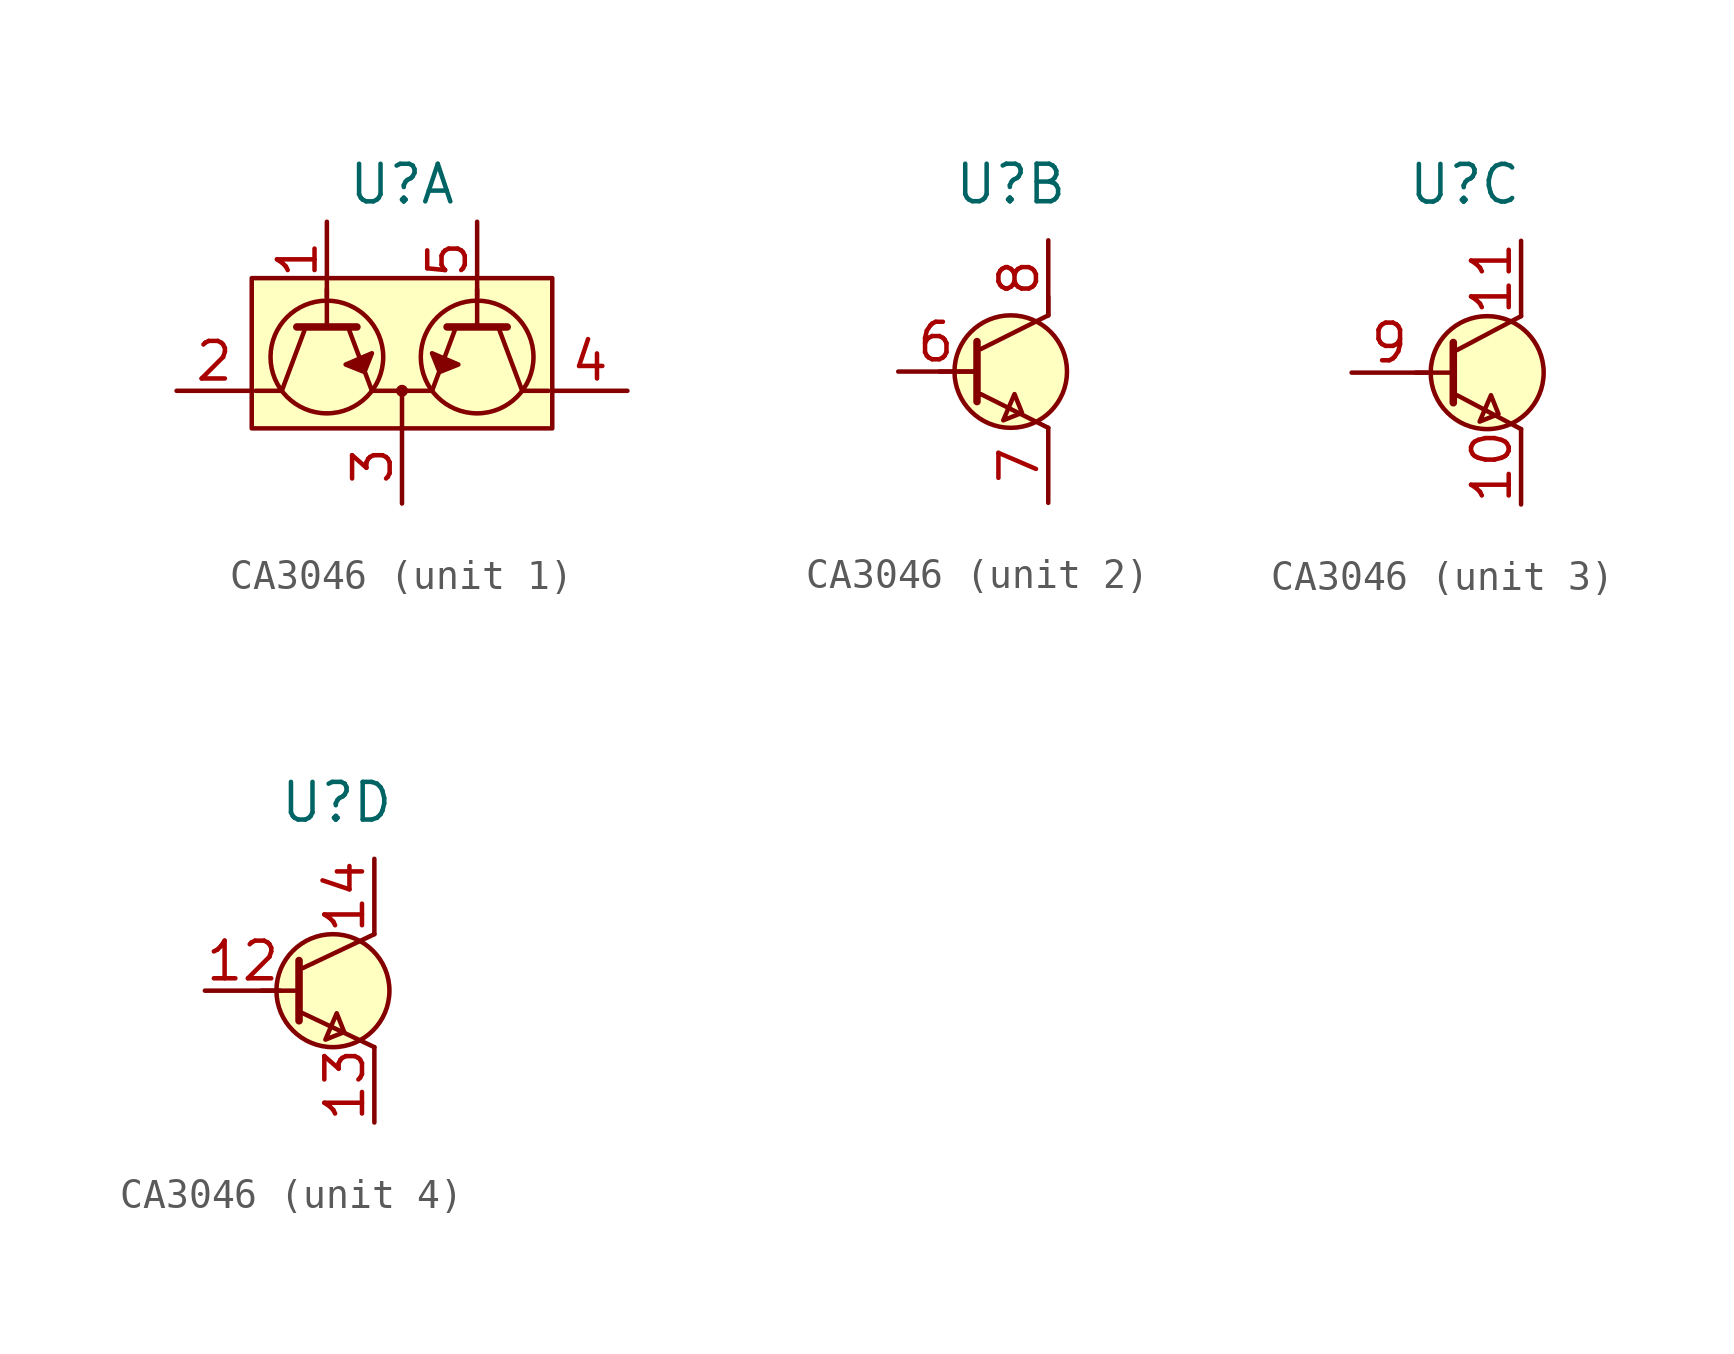
<source format=kicad_sym>
(kicad_symbol_lib
  (version 20220914)
  (generator kicad_symbol_editor)
  (symbol "CA3046"
    (pin_names
      (offset 0) hide)
    (property "Reference" "U"
      (at 0 0 0)
      (effects (font (size 1.27 1.27))))
    (property "Value" ""
      (at 0 0 0)
      (effects (font (size 1.27 1.27))))
    (property "ki_locked" ""
      (at 0 0 0)
      (effects (font (size 1.27 1.27))))
    (symbol "CA3046_1_1"
      (rectangle (start -5.08 -3.175) (end 5.08 -8.255) (stroke (width 0) (type default)) (fill (type background)))
      (circle (center -2.54 -5.842) (radius 1.905) (stroke (width 0) (type default)) (fill (type background)))
      (circle (center 0 -6.985) (radius 0.127) (stroke (width 0) (type default)) (fill (type none)))
      (polyline (pts (xy -3.556 -4.826) (xy -1.524 -4.826)) (stroke (width 0.254) (type default)) (fill (type none)))
      (polyline (pts (xy -3.302 -4.953) (xy -4.064 -6.985)) (stroke (width 0) (type default)) (fill (type none)))
      (polyline (pts (xy -2.54 -3.556) (xy -2.54 -4.826)) (stroke (width 0) (type default)) (fill (type none)))
      (polyline (pts (xy -1.778 -4.953) (xy -1.016 -6.985)) (stroke (width 0) (type default)) (fill (type none)))
      (polyline (pts (xy -1.016 -6.985) (xy 1.016 -6.985)) (stroke (width 0) (type default)) (fill (type none)))
      (polyline (pts (xy 1.778 -4.953) (xy 1.016 -6.985)) (stroke (width 0) (type default)) (fill (type none)))
      (polyline (pts (xy 2.54 -3.556) (xy 2.54 -4.826)) (stroke (width 0) (type default)) (fill (type none)))
      (polyline (pts (xy 3.302 -4.953) (xy 4.064 -6.985)) (stroke (width 0) (type default)) (fill (type none)))
      (polyline (pts (xy 3.556 -4.826) (xy 1.524 -4.826)) (stroke (width 0.254) (type default)) (fill (type none)))
      (polyline (pts (xy -4.953 -6.985) (xy -4.191 -6.985) (xy -4.064 -6.985)) (stroke (width 0) (type default)) (fill (type none)))
      (polyline (pts (xy 0 -6.985) (xy 0 -7.747) (xy 0 -8.255)) (stroke (width 0) (type default)) (fill (type none)))
      (polyline (pts (xy 4.064 -6.985) (xy 4.826 -6.985) (xy 4.953 -6.985)) (stroke (width 0) (type default)) (fill (type none)))
      (polyline (pts (xy -1.016 -5.715) (xy -1.27 -6.35) (xy -1.905 -6.096) (xy -1.016 -5.715)) (stroke (width 0) (type default)) (fill (type color) (color 132 0 0 1)))
      (polyline (pts (xy 1.016 -5.715) (xy 1.27 -6.35) (xy 1.905 -6.096) (xy 1.016 -5.715)) (stroke (width 0) (type default)) (fill (type color) (color 132 0 0 1)))
      (circle (center 2.54 -5.842) (radius 1.905) (stroke (width 0) (type default)) (fill (type none)))
      (pin input line (at -2.54 -1.27 270) (length 2.54) (name "Q1C" (effects (font (size 1.27 1.27)))) (number "1" (effects (font (size 1.27 1.27)))))
      (pin input line (at -7.62 -6.985 0) (length 2.54) (name "Q1B" (effects (font (size 1.27 1.27)))) (number "2" (effects (font (size 1.27 1.27)))))
      (pin output line (at 0 -10.795 90) (length 2.54) (name "Q1/Q2E" (effects (font (size 1.27 1.27)))) (number "3" (effects (font (size 1.27 1.27)))))
      (pin input line (at 7.62 -6.985 180) (length 2.54) (name "Q2B" (effects (font (size 1.27 1.27)))) (number "4" (effects (font (size 1.27 1.27)))))
      (pin input line (at 2.54 -1.27 270) (length 2.54) (name "Q2C" (effects (font (size 1.27 1.27)))) (number "5" (effects (font (size 1.27 1.27))))))
    (symbol "CA3046_2_1"
      (circle (center 0 -6.35) (radius 1.905) (stroke (width 0) (type default)) (fill (type background)))
      (polyline (pts (xy -2.413 -6.35) (xy -1.143 -6.35)) (stroke (width 0) (type default)) (fill (type none)))
      (polyline (pts (xy -1.143 -5.334) (xy -1.143 -7.366)) (stroke (width 0.254) (type default)) (fill (type none)))
      (polyline (pts (xy -1.016 -7.112) (xy 1.27 -8.255)) (stroke (width 0) (type default)) (fill (type none)))
      (polyline (pts (xy -1.016 -5.588) (xy 1.27 -4.445)) (stroke (width 0) (type default)) (fill (type none)))
      (polyline (pts (xy 1.27 -3.81) (xy 1.27 -4.445)) (stroke (width 0) (type default)) (fill (type none)))
      (polyline (pts (xy -0.254 -8.001) (xy 0.381 -7.747) (xy 0.127 -7.112) (xy -0.254 -8.001)) (stroke (width 0) (type default)) (fill (type color) (color 132 0 0 1)))
      (pin input line (at -3.81 -6.35 0) (length 2.54) (name "Q3B" (effects (font (size 1.27 1.27)))) (number "6" (effects (font (size 1.27 1.27)))))
      (pin output line (at 1.27 -10.795 90) (length 2.54) (name "Q3E" (effects (font (size 1.27 1.27)))) (number "7" (effects (font (size 1.27 1.27)))))
      (pin input line (at 1.27 -1.905 270) (length 2.54) (name "Q3C" (effects (font (size 1.27 1.27)))) (number "8" (effects (font (size 1.27 1.27))))))
    (symbol "CA3046_3_1"
      (polyline (pts (xy -1.651 -6.35) (xy -0.381 -6.35)) (stroke (width 0) (type default)) (fill (type none)))
      (polyline (pts (xy -0.381 -5.334) (xy -0.381 -7.366)) (stroke (width 0.254) (type default)) (fill (type none)))
      (polyline (pts (xy -0.254 -7.112) (xy 1.905 -8.255)) (stroke (width 0) (type default)) (fill (type none)))
      (polyline (pts (xy -0.254 -5.588) (xy 1.905 -4.445)) (stroke (width 0) (type default)) (fill (type none)))
      (polyline (pts (xy 0.508 -8.001) (xy 1.143 -7.747) (xy 0.889 -7.112) (xy 0.508 -8.001)) (stroke (width 0) (type default)) (fill (type color) (color 132 0 0 1)))
      (circle (center 0.762 -6.35) (radius 1.905) (stroke (width 0) (type default)) (fill (type background)))
      (pin output line (at 1.905 -10.795 90) (length 2.54) (name "Q4E" (effects (font (size 1.27 1.27)))) (number "10" (effects (font (size 1.27 1.27)))))
      (pin output line (at 1.905 -1.905 270) (length 2.54) (name "Q4C" (effects (font (size 1.27 1.27)))) (number "11" (effects (font (size 1.27 1.27)))))
      (pin input line (at -3.81 -6.35 0) (length 2.54) (name "Q4B" (effects (font (size 1.27 1.27)))) (number "9" (effects (font (size 1.27 1.27))))))
    (symbol "CA3046_4_1"
      (circle (center -0.127 -6.35) (radius 1.905) (stroke (width 0) (type default)) (fill (type background)))
      (polyline (pts (xy -2.54 -6.35) (xy -1.27 -6.35)) (stroke (width 0) (type default)) (fill (type none)))
      (polyline (pts (xy -1.27 -5.334) (xy -1.27 -7.366)) (stroke (width 0.254) (type default)) (fill (type none)))
      (polyline (pts (xy -1.143 -7.112) (xy 1.27 -8.255)) (stroke (width 0) (type default)) (fill (type none)))
      (polyline (pts (xy -1.143 -5.588) (xy 1.27 -4.445)) (stroke (width 0) (type default)) (fill (type none)))
      (polyline (pts (xy -0.381 -8.001) (xy 0.254 -7.747) (xy 0 -7.112) (xy -0.381 -8.001)) (stroke (width 0) (type default)) (fill (type color) (color 132 0 0 1)))
      (pin input line (at -4.445 -6.35 0) (length 2.54) (name "Q5B" (effects (font (size 1.27 1.27)))) (number "12" (effects (font (size 1.27 1.27)))))
      (pin output line (at 1.27 -10.795 90) (length 2.54) (name "Q5E" (effects (font (size 1.27 1.27)))) (number "13" (effects (font (size 1.27 1.27)))))
      (pin input line (at 1.27 -1.905 270) (length 2.54) (name "Q5C" (effects (font (size 1.27 1.27)))) (number "14" (effects (font (size 1.27 1.27))))))))
</source>
